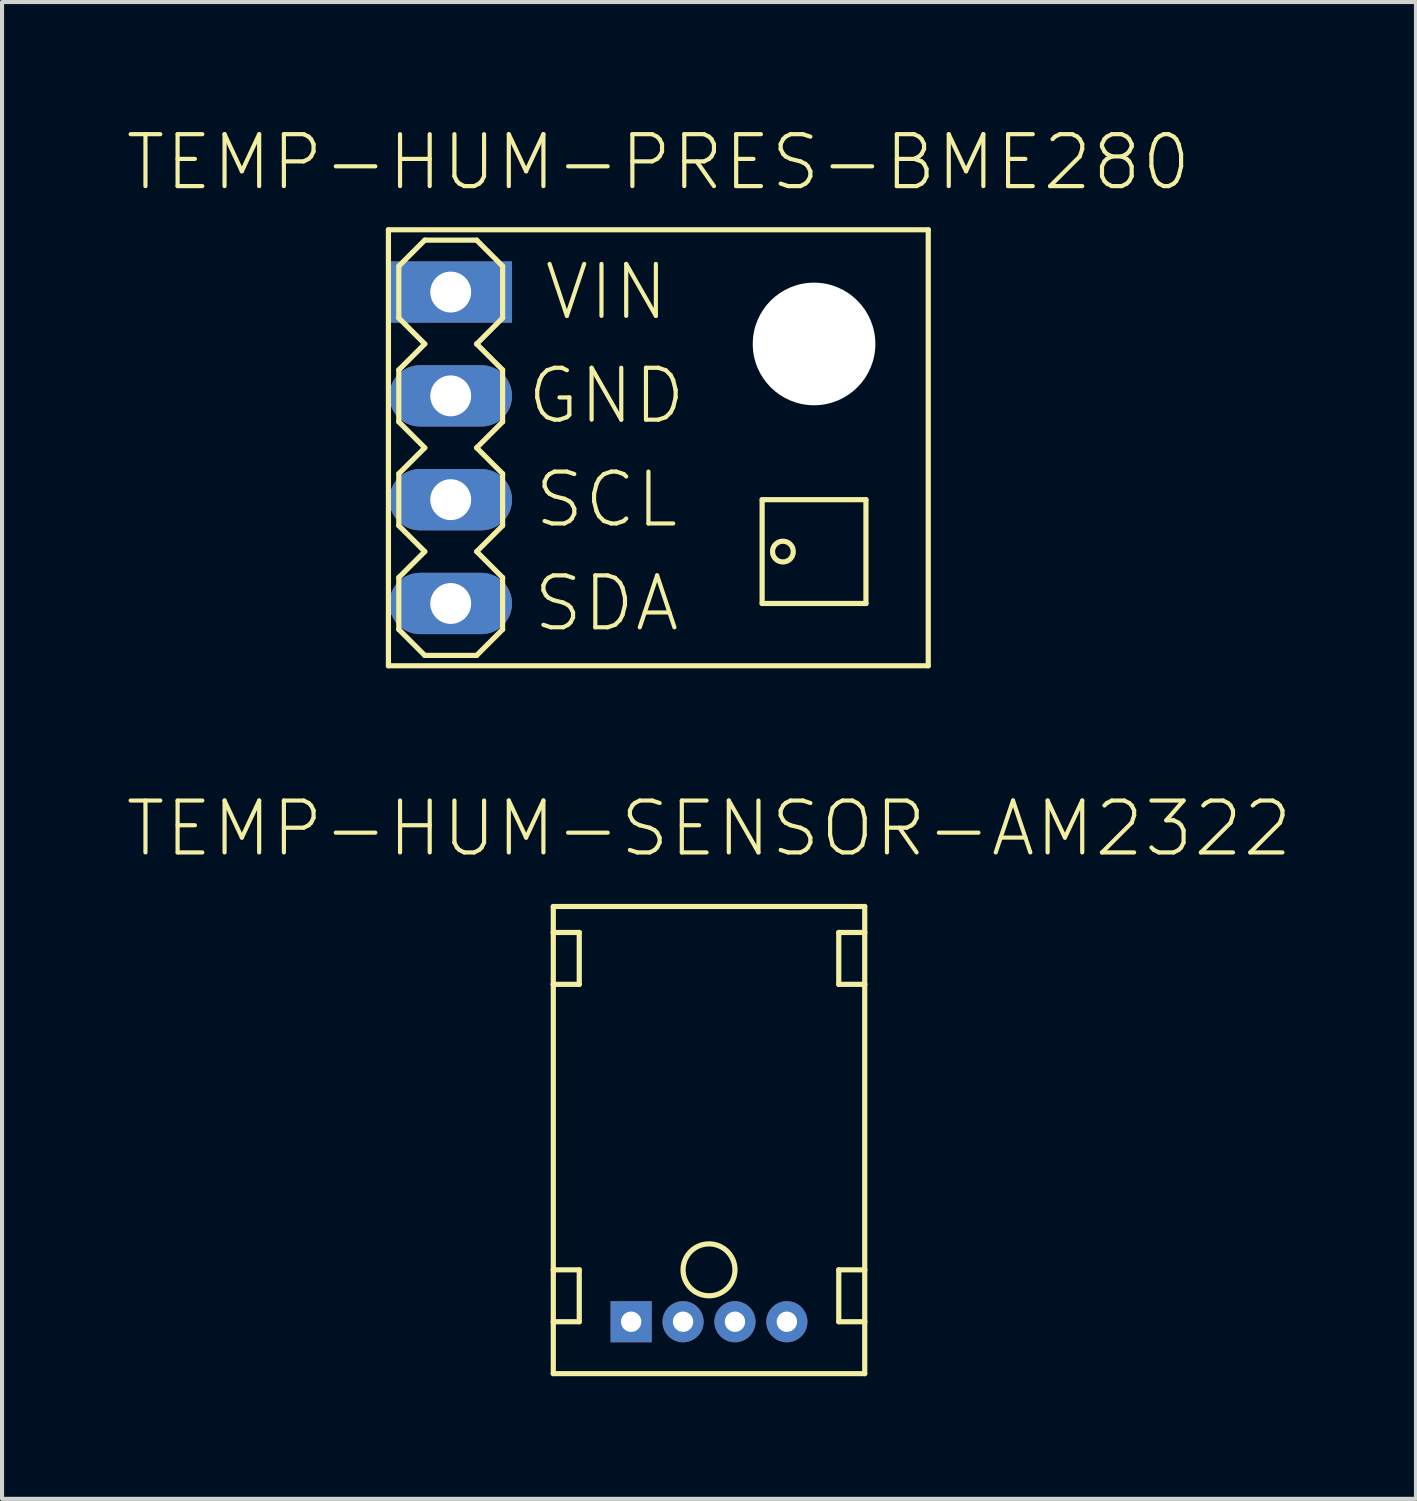
<source format=kicad_pcb>
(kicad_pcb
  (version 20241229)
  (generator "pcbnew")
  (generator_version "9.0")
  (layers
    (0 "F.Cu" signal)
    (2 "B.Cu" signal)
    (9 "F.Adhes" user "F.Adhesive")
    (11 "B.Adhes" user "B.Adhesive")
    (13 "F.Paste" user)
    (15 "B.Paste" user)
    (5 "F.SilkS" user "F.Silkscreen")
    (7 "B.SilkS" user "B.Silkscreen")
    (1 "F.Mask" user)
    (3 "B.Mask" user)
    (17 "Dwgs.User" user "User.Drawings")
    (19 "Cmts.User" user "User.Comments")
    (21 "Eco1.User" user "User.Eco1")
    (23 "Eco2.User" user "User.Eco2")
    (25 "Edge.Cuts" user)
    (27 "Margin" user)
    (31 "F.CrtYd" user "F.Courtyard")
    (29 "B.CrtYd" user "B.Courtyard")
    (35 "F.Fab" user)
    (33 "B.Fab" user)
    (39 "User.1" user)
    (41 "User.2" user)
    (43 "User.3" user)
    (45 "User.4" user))
  (footprint "TEMP-HUM-SENSOR-AM2322"
    (layer "F.Cu")
    (at 14.298 24.845)
    (property "Reference" "TEMP-HUM-SENSOR-AM2322" (at 0 -7.62 0) (layer "F.SilkS") (effects (font (size 1.27 1.27) (thickness 0.102))))
    (attr exclude_from_pos_files exclude_from_bom)
    (fp_line (start -3.81 -5.715) (end 3.81 -5.715) (stroke (width 0.127) (type solid)) (layer "F.SilkS"))
    (fp_line (start -3.81 -5.08) (end -3.81 -5.715) (stroke (width 0.127) (type solid)) (layer "F.SilkS"))
    (fp_line (start -3.81 -5.08) (end -3.175 -5.08) (stroke (width 0.127) (type solid)) (layer "F.SilkS"))
    (fp_line (start -3.81 -3.81) (end -3.81 -5.08) (stroke (width 0.127) (type solid)) (layer "F.SilkS"))
    (fp_line (start -3.81 3.175) (end -3.81 -3.81) (stroke (width 0.127) (type solid)) (layer "F.SilkS"))
    (fp_line (start -3.81 3.175) (end -3.175 3.175) (stroke (width 0.127) (type solid)) (layer "F.SilkS"))
    (fp_line (start -3.81 4.445) (end -3.81 3.175) (stroke (width 0.127) (type solid)) (layer "F.SilkS"))
    (fp_line (start -3.81 5.715) (end -3.81 4.445) (stroke (width 0.127) (type solid)) (layer "F.SilkS"))
    (fp_line (start -3.175 -5.08) (end -3.175 -3.81) (stroke (width 0.127) (type solid)) (layer "F.SilkS"))
    (fp_line (start -3.175 -3.81) (end -3.81 -3.81) (stroke (width 0.127) (type solid)) (layer "F.SilkS"))
    (fp_line (start -3.175 3.175) (end -3.175 4.445) (stroke (width 0.127) (type solid)) (layer "F.SilkS"))
    (fp_line (start -3.175 4.445) (end -3.81 4.445) (stroke (width 0.127) (type solid)) (layer "F.SilkS"))
    (fp_line (start 3.175 -5.08) (end 3.175 -3.81) (stroke (width 0.127) (type solid)) (layer "F.SilkS"))
    (fp_line (start 3.175 -3.81) (end 3.81 -3.81) (stroke (width 0.127) (type solid)) (layer "F.SilkS"))
    (fp_line (start 3.175 3.175) (end 3.175 4.445) (stroke (width 0.127) (type solid)) (layer "F.SilkS"))
    (fp_line (start 3.175 4.445) (end 3.81 4.445) (stroke (width 0.127) (type solid)) (layer "F.SilkS"))
    (fp_line (start 3.81 -5.715) (end 3.81 -5.08) (stroke (width 0.127) (type solid)) (layer "F.SilkS"))
    (fp_line (start 3.81 -5.08) (end 3.175 -5.08) (stroke (width 0.127) (type solid)) (layer "F.SilkS"))
    (fp_line (start 3.81 -5.08) (end 3.81 -3.81) (stroke (width 0.127) (type solid)) (layer "F.SilkS"))
    (fp_line (start 3.81 -3.81) (end 3.81 3.175) (stroke (width 0.127) (type solid)) (layer "F.SilkS"))
    (fp_line (start 3.81 3.175) (end 3.175 3.175) (stroke (width 0.127) (type solid)) (layer "F.SilkS"))
    (fp_line (start 3.81 3.175) (end 3.81 4.445) (stroke (width 0.127) (type solid)) (layer "F.SilkS"))
    (fp_line (start 3.81 4.445) (end 3.81 5.715) (stroke (width 0.127) (type solid)) (layer "F.SilkS"))
    (fp_line (start 3.81 5.715) (end -3.81 5.715) (stroke (width 0.127) (type solid)) (layer "F.SilkS"))
    (fp_circle (center 0 3.175) (end 0 2.54) (stroke (width 0.127) (type solid)) (fill no) (layer "F.SilkS"))
    (pad "1" thru_hole rect (at -1.905 4.445) (size 1.006 1.006) (drill 0.498) (layers "*.Cu" "*.Paste" "*.Mask"))
    (pad "2" thru_hole circle (at -0.635 4.445) (size 1.006 1.006) (drill 0.498) (layers "*.Cu" "*.Paste" "*.Mask"))
    (pad "3" thru_hole circle (at 0.635 4.445) (size 1.006 1.006) (drill 0.498) (layers "*.Cu" "*.Paste" "*.Mask"))
    (pad "4" thru_hole circle (at 1.905 4.445) (size 1.006 1.006) (drill 0.498) (layers "*.Cu" "*.Paste" "*.Mask")))
  (footprint "TEMP-HUM-PRES-BME280"
    (layer "F.Cu")
    (at 13.058 7.906)
    (property "Reference" "TEMP-HUM-PRES-BME280" (at 0 -6.985 0) (layer "F.SilkS") (effects (font (size 1.27 1.27) (thickness 0.102))))
    (attr exclude_from_pos_files exclude_from_bom)
    (fp_line (start -6.604 -5.334) (end 6.604 -5.334) (stroke (width 0.127) (type solid)) (layer "F.SilkS"))
    (fp_line (start -6.604 5.334) (end -6.604 -5.334) (stroke (width 0.127) (type solid)) (layer "F.SilkS"))
    (fp_line (start -6.35 -4.445) (end -6.35 -3.175) (stroke (width 0.127) (type solid)) (layer "F.SilkS"))
    (fp_line (start -6.35 -4.445) (end -5.715 -5.08) (stroke (width 0.127) (type solid)) (layer "F.SilkS"))
    (fp_line (start -6.35 -3.175) (end -5.715 -2.54) (stroke (width 0.127) (type solid)) (layer "F.SilkS"))
    (fp_line (start -6.35 -1.905) (end -6.35 -0.635) (stroke (width 0.127) (type solid)) (layer "F.SilkS"))
    (fp_line (start -6.35 -0.635) (end -5.715 0) (stroke (width 0.127) (type solid)) (layer "F.SilkS"))
    (fp_line (start -6.35 0.635) (end -6.35 1.905) (stroke (width 0.127) (type solid)) (layer "F.SilkS"))
    (fp_line (start -6.35 1.905) (end -5.715 2.54) (stroke (width 0.127) (type solid)) (layer "F.SilkS"))
    (fp_line (start -6.35 3.175) (end -6.35 4.445) (stroke (width 0.127) (type solid)) (layer "F.SilkS"))
    (fp_line (start -6.35 4.445) (end -5.715 5.08) (stroke (width 0.127) (type solid)) (layer "F.SilkS"))
    (fp_line (start -5.715 -5.08) (end -4.445 -5.08) (stroke (width 0.127) (type solid)) (layer "F.SilkS"))
    (fp_line (start -5.715 -2.54) (end -6.35 -1.905) (stroke (width 0.127) (type solid)) (layer "F.SilkS"))
    (fp_line (start -5.715 0) (end -6.35 0.635) (stroke (width 0.127) (type solid)) (layer "F.SilkS"))
    (fp_line (start -5.715 2.54) (end -6.35 3.175) (stroke (width 0.127) (type solid)) (layer "F.SilkS"))
    (fp_line (start -5.715 5.08) (end -4.445 5.08) (stroke (width 0.127) (type solid)) (layer "F.SilkS"))
    (fp_line (start -4.445 -5.08) (end -3.81 -4.445) (stroke (width 0.127) (type solid)) (layer "F.SilkS"))
    (fp_line (start -4.445 -2.54) (end -3.81 -1.905) (stroke (width 0.127) (type solid)) (layer "F.SilkS"))
    (fp_line (start -4.445 0) (end -3.81 0.635) (stroke (width 0.127) (type solid)) (layer "F.SilkS"))
    (fp_line (start -4.445 2.54) (end -3.81 3.175) (stroke (width 0.127) (type solid)) (layer "F.SilkS"))
    (fp_line (start -3.81 -4.445) (end -3.81 -3.175) (stroke (width 0.127) (type solid)) (layer "F.SilkS"))
    (fp_line (start -3.81 -3.175) (end -4.445 -2.54) (stroke (width 0.127) (type solid)) (layer "F.SilkS"))
    (fp_line (start -3.81 -1.905) (end -3.81 -0.635) (stroke (width 0.127) (type solid)) (layer "F.SilkS"))
    (fp_line (start -3.81 -0.635) (end -4.445 0) (stroke (width 0.127) (type solid)) (layer "F.SilkS"))
    (fp_line (start -3.81 0.635) (end -3.81 1.905) (stroke (width 0.127) (type solid)) (layer "F.SilkS"))
    (fp_line (start -3.81 1.905) (end -4.445 2.54) (stroke (width 0.127) (type solid)) (layer "F.SilkS"))
    (fp_line (start -3.81 3.175) (end -3.81 4.445) (stroke (width 0.127) (type solid)) (layer "F.SilkS"))
    (fp_line (start -3.81 4.445) (end -4.445 5.08) (stroke (width 0.127) (type solid)) (layer "F.SilkS"))
    (fp_line (start 2.54 1.27) (end 5.08 1.27) (stroke (width 0.127) (type solid)) (layer "F.SilkS"))
    (fp_line (start 2.54 3.81) (end 2.54 1.27) (stroke (width 0.127) (type solid)) (layer "F.SilkS"))
    (fp_line (start 5.08 1.27) (end 5.08 3.81) (stroke (width 0.127) (type solid)) (layer "F.SilkS"))
    (fp_line (start 5.08 3.81) (end 2.54 3.81) (stroke (width 0.127) (type solid)) (layer "F.SilkS"))
    (fp_line (start 6.604 -5.334) (end 6.604 5.334) (stroke (width 0.127) (type solid)) (layer "F.SilkS"))
    (fp_line (start 6.604 5.334) (end -6.604 5.334) (stroke (width 0.127) (type solid)) (layer "F.SilkS"))
    (fp_circle (center 3.048 2.54) (end 3.048 2.286) (stroke (width 0.127) (type solid)) (fill no) (layer "F.SilkS"))
    (fp_text user "SDA" (at -1.27 3.81 0) (layer "F.SilkS") (effects (font (size 1.27 1.27) (thickness 0.102))))
    (fp_text user "GND" (at -1.27 -1.27 0) (layer "F.SilkS") (effects (font (size 1.27 1.27) (thickness 0.102))))
    (fp_text user "SCL" (at -1.27 1.27 0) (layer "F.SilkS") (effects (font (size 1.27 1.27) (thickness 0.102))))
    (fp_text user "VIN" (at -1.27 -3.81 0) (layer "F.SilkS") (effects (font (size 1.27 1.27) (thickness 0.102))))
    (pad "" np_thru_hole circle (at 3.81 -2.54) (size 3 3) (drill 3) (layers "*.Cu" "*.Mask"))
    (pad "1" thru_hole rect (at -5.08 -3.81) (size 3 1.5) (drill 1) (layers "*.Cu" "*.Mask"))
    (pad "2" thru_hole oval (at -5.08 -1.27) (size 3 1.5) (drill 1) (layers "*.Cu" "*.Mask"))
    (pad "3" thru_hole oval (at -5.08 1.27) (size 3 1.5) (drill 1) (layers "*.Cu" "*.Mask"))
    (pad "4" thru_hole oval (at -5.08 3.81) (size 3 1.5) (drill 1) (layers "*.Cu" "*.Mask")))
  (gr_rect
    (start -3 -3)
    (end 31.596 33.624)
    (stroke (width 0.1) (type default))
    (fill no)
    (layer "Edge.Cuts")))
</source>
